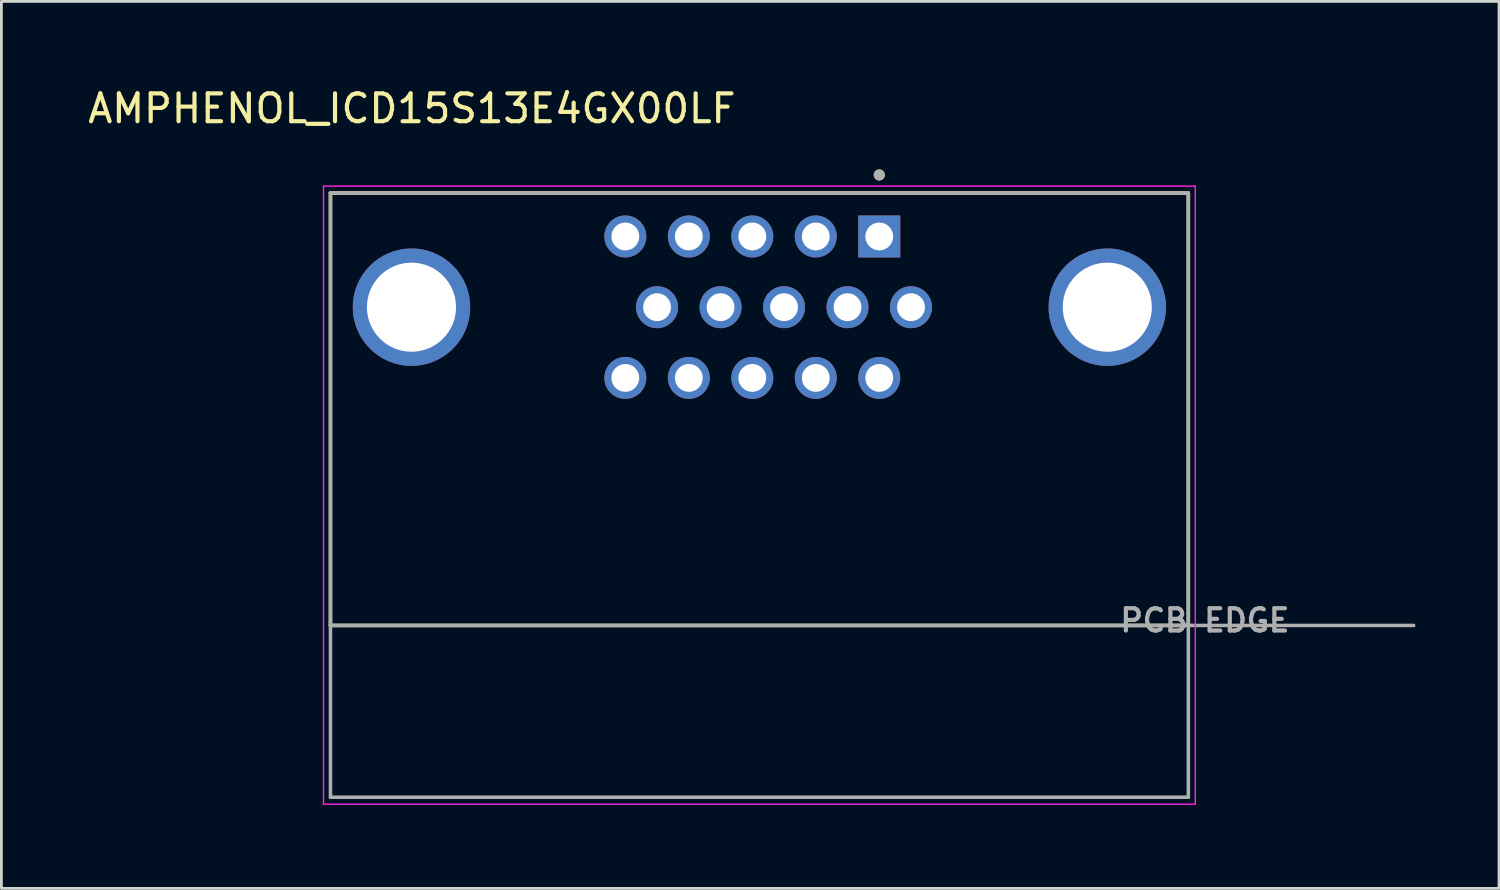
<source format=kicad_pcb>
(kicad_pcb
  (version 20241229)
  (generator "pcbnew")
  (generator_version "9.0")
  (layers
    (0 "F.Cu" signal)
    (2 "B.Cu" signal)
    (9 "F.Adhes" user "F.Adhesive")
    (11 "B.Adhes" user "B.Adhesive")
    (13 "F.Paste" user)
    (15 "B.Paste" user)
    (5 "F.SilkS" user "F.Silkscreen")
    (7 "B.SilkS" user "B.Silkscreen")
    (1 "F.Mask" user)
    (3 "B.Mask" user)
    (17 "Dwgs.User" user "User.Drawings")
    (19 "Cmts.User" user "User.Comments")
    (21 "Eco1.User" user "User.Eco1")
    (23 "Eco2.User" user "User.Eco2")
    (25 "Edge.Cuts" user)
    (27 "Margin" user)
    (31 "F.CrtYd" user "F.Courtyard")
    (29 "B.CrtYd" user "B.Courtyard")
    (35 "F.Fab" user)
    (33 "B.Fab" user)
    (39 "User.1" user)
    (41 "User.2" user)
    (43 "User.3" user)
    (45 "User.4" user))
  (footprint "AMPHENOL_ICD15S13E4GX00LF"
    (layer "F.Cu")
    (at 24.224 7.983)
    (property "Reference" "AMPHENOL_ICD15S13E4GX00LF" (at -12.48 -7.135 0) (layer "F.SilkS") (effects (font (size 1 1) (thickness 0.15))))
    (attr through_hole)
    (fp_line (start -15.405 -4.1) (end 15.405 -4.1) (stroke (width 0.127) (type solid)) (layer "F.SilkS"))
    (fp_line (start -15.405 11.43) (end -15.405 -4.1) (stroke (width 0.127) (type solid)) (layer "F.SilkS"))
    (fp_line (start 15.405 -4.1) (end 15.405 11.43) (stroke (width 0.127) (type solid)) (layer "F.SilkS"))
    (fp_line (start 15.405 11.43) (end -15.405 11.43) (stroke (width 0.127) (type solid)) (layer "F.SilkS"))
    (fp_circle (center 4.305 -4.75) (end 4.405 -4.75) (stroke (width 0.2) (type solid)) (fill no) (layer "F.SilkS"))
    (fp_line (start -15.655 -4.35) (end -15.655 17.85) (stroke (width 0.05) (type solid)) (layer "F.CrtYd"))
    (fp_line (start -15.655 17.85) (end 15.655 17.85) (stroke (width 0.05) (type solid)) (layer "F.CrtYd"))
    (fp_line (start 15.655 -4.35) (end -15.655 -4.35) (stroke (width 0.05) (type solid)) (layer "F.CrtYd"))
    (fp_line (start 15.655 17.85) (end 15.655 -4.35) (stroke (width 0.05) (type solid)) (layer "F.CrtYd"))
    (fp_line (start -15.405 -4.1) (end 15.405 -4.1) (stroke (width 0.127) (type solid)) (layer "F.Fab"))
    (fp_line (start -15.405 11.43) (end -15.405 -4.1) (stroke (width 0.127) (type solid)) (layer "F.Fab"))
    (fp_line (start -15.405 17.6) (end -15.405 11.43) (stroke (width 0.127) (type solid)) (layer "F.Fab"))
    (fp_line (start 15.405 -4.1) (end 15.405 17.6) (stroke (width 0.127) (type solid)) (layer "F.Fab"))
    (fp_line (start 15.405 17.6) (end -15.405 17.6) (stroke (width 0.127) (type solid)) (layer "F.Fab"))
    (fp_line (start 23.5 11.43) (end -15.405 11.43) (stroke (width 0.127) (type solid)) (layer "F.Fab"))
    (fp_circle (center 4.305 -4.75) (end 4.405 -4.75) (stroke (width 0.2) (type solid)) (fill no) (layer "F.Fab"))
    (fp_text user "PCB EDGE" (at 16 11.25 0) (layer "F.Fab") (effects (font (size 0.8 0.8) (thickness 0.15))))
    (pad "1" thru_hole rect (at 4.305 -2.54) (size 1.508 1.508) (drill 1) (layers "*.Cu" "*.Mask"))
    (pad "2" thru_hole circle (at 2.025 -2.54) (size 1.508 1.508) (drill 1) (layers "*.Cu" "*.Mask"))
    (pad "3" thru_hole circle (at -0.255 -2.54) (size 1.508 1.508) (drill 1) (layers "*.Cu" "*.Mask"))
    (pad "4" thru_hole circle (at -2.535 -2.54) (size 1.508 1.508) (drill 1) (layers "*.Cu" "*.Mask"))
    (pad "5" thru_hole circle (at -4.815 -2.54) (size 1.508 1.508) (drill 1) (layers "*.Cu" "*.Mask"))
    (pad "6" thru_hole circle (at 5.445 0) (size 1.508 1.508) (drill 1) (layers "*.Cu" "*.Mask"))
    (pad "7" thru_hole circle (at 3.165 0) (size 1.508 1.508) (drill 1) (layers "*.Cu" "*.Mask"))
    (pad "8" thru_hole circle (at 0.885 0) (size 1.508 1.508) (drill 1) (layers "*.Cu" "*.Mask"))
    (pad "9" thru_hole circle (at -1.395 0) (size 1.508 1.508) (drill 1) (layers "*.Cu" "*.Mask"))
    (pad "10" thru_hole circle (at -3.675 0) (size 1.508 1.508) (drill 1) (layers "*.Cu" "*.Mask"))
    (pad "11" thru_hole circle (at 4.305 2.54) (size 1.508 1.508) (drill 1) (layers "*.Cu" "*.Mask"))
    (pad "12" thru_hole circle (at 2.025 2.54) (size 1.508 1.508) (drill 1) (layers "*.Cu" "*.Mask"))
    (pad "13" thru_hole circle (at -0.255 2.54) (size 1.508 1.508) (drill 1) (layers "*.Cu" "*.Mask"))
    (pad "14" thru_hole circle (at -2.535 2.54) (size 1.508 1.508) (drill 1) (layers "*.Cu" "*.Mask"))
    (pad "15" thru_hole circle (at -4.815 2.54) (size 1.508 1.508) (drill 1) (layers "*.Cu" "*.Mask"))
    (pad "S1" thru_hole circle (at -12.495 0) (size 4.216 4.216) (drill 3.2) (layers "*.Cu" "*.Mask"))
    (pad "S2" thru_hole circle (at 12.495 0) (size 4.216 4.216) (drill 3.2) (layers "*.Cu" "*.Mask")))
  (gr_rect
    (start -3 -3)
    (end 50.788 28.858)
    (stroke (width 0.1) (type default))
    (fill no)
    (layer "Edge.Cuts")))
</source>
